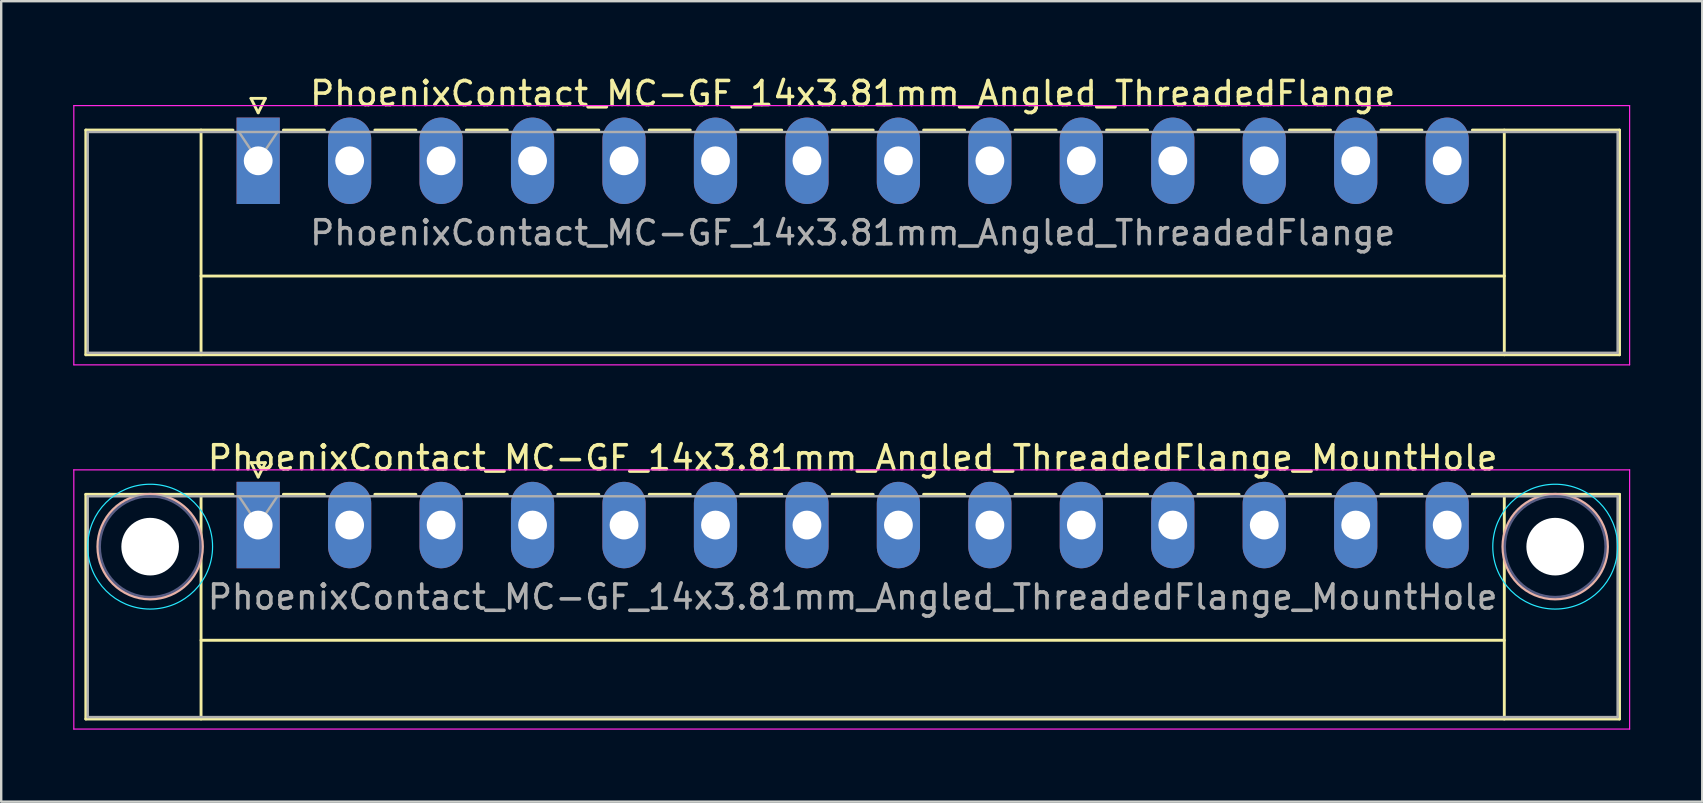
<source format=kicad_pcb>
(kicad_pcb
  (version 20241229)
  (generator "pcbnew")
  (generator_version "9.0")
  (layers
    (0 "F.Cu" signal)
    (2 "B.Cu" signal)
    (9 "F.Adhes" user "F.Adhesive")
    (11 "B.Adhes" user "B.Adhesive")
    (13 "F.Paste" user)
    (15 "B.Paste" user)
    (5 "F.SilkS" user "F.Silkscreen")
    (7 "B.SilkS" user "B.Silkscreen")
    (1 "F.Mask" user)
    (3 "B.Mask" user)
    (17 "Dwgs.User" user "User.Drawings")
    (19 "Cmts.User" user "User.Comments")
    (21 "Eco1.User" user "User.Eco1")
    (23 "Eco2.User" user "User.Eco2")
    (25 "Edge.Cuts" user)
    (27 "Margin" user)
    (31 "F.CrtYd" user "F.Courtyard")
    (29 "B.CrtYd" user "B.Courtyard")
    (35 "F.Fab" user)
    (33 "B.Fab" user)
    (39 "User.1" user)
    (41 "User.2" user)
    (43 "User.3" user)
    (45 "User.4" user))
  (footprint "PhoenixContact_MC-GF_14x3.81mm_Angled_ThreadedFlange"
    (layer "F.Cu")
    (at 7.705 3.648)
    (property "Reference" "PhoenixContact_MC-GF_14x3.81mm_Angled_ThreadedFlange" (at 24.765 -2.8 0) (layer "F.SilkS") (effects (font (size 1 1) (thickness 0.15))))
    (attr through_hole)
    (fp_line (start -7.18 -1.28) (end -7.18 8.08) (stroke (width 0.12) (type solid)) (layer "F.SilkS"))
    (fp_line (start -7.18 -1.28) (end -1.05 -1.28) (stroke (width 0.12) (type solid)) (layer "F.SilkS"))
    (fp_line (start -7.18 8.08) (end 56.71 8.08) (stroke (width 0.12) (type solid)) (layer "F.SilkS"))
    (fp_line (start -2.38 -1.28) (end -2.38 8.08) (stroke (width 0.12) (type solid)) (layer "F.SilkS"))
    (fp_line (start -2.38 4.8) (end 51.91 4.8) (stroke (width 0.12) (type solid)) (layer "F.SilkS"))
    (fp_line (start -0.3 -2.6) (end 0.3 -2.6) (stroke (width 0.12) (type solid)) (layer "F.SilkS"))
    (fp_line (start 0 -2) (end -0.3 -2.6) (stroke (width 0.12) (type solid)) (layer "F.SilkS"))
    (fp_line (start 0.3 -2.6) (end 0 -2) (stroke (width 0.12) (type solid)) (layer "F.SilkS"))
    (fp_line (start 1.05 -1.28) (end 2.76 -1.28) (stroke (width 0.12) (type solid)) (layer "F.SilkS"))
    (fp_line (start 4.86 -1.28) (end 6.57 -1.28) (stroke (width 0.12) (type solid)) (layer "F.SilkS"))
    (fp_line (start 8.67 -1.28) (end 10.38 -1.28) (stroke (width 0.12) (type solid)) (layer "F.SilkS"))
    (fp_line (start 12.48 -1.28) (end 14.19 -1.28) (stroke (width 0.12) (type solid)) (layer "F.SilkS"))
    (fp_line (start 16.29 -1.28) (end 18 -1.28) (stroke (width 0.12) (type solid)) (layer "F.SilkS"))
    (fp_line (start 20.1 -1.28) (end 21.81 -1.28) (stroke (width 0.12) (type solid)) (layer "F.SilkS"))
    (fp_line (start 23.91 -1.28) (end 25.62 -1.28) (stroke (width 0.12) (type solid)) (layer "F.SilkS"))
    (fp_line (start 27.72 -1.28) (end 29.43 -1.28) (stroke (width 0.12) (type solid)) (layer "F.SilkS"))
    (fp_line (start 31.53 -1.28) (end 33.24 -1.28) (stroke (width 0.12) (type solid)) (layer "F.SilkS"))
    (fp_line (start 35.34 -1.28) (end 37.05 -1.28) (stroke (width 0.12) (type solid)) (layer "F.SilkS"))
    (fp_line (start 39.15 -1.28) (end 40.86 -1.28) (stroke (width 0.12) (type solid)) (layer "F.SilkS"))
    (fp_line (start 42.96 -1.28) (end 44.67 -1.28) (stroke (width 0.12) (type solid)) (layer "F.SilkS"))
    (fp_line (start 46.77 -1.28) (end 48.48 -1.28) (stroke (width 0.12) (type solid)) (layer "F.SilkS"))
    (fp_line (start 51.91 -1.28) (end 51.91 8.08) (stroke (width 0.12) (type solid)) (layer "F.SilkS"))
    (fp_line (start 56.71 -1.28) (end 50.58 -1.28) (stroke (width 0.12) (type solid)) (layer "F.SilkS"))
    (fp_line (start 56.71 8.08) (end 56.71 -1.28) (stroke (width 0.12) (type solid)) (layer "F.SilkS"))
    (fp_line (start -7.68 -2.3) (end -7.68 8.5) (stroke (width 0.05) (type solid)) (layer "F.CrtYd"))
    (fp_line (start -7.68 8.5) (end 57.13 8.5) (stroke (width 0.05) (type solid)) (layer "F.CrtYd"))
    (fp_line (start 57.13 -2.3) (end -7.68 -2.3) (stroke (width 0.05) (type solid)) (layer "F.CrtYd"))
    (fp_line (start 57.13 8.5) (end 57.13 -2.3) (stroke (width 0.05) (type solid)) (layer "F.CrtYd"))
    (fp_line (start -7.1 -1.2) (end -7.1 8) (stroke (width 0.1) (type solid)) (layer "F.Fab"))
    (fp_line (start -7.1 8) (end 56.63 8) (stroke (width 0.1) (type solid)) (layer "F.Fab"))
    (fp_line (start 0 0) (end -0.8 -1.2) (stroke (width 0.1) (type solid)) (layer "F.Fab"))
    (fp_line (start 0.8 -1.2) (end 0 0) (stroke (width 0.1) (type solid)) (layer "F.Fab"))
    (fp_line (start 56.63 -1.2) (end -7.1 -1.2) (stroke (width 0.1) (type solid)) (layer "F.Fab"))
    (fp_line (start 56.63 8) (end 56.63 -1.2) (stroke (width 0.1) (type solid)) (layer "F.Fab"))
    (fp_text user "${REFERENCE}" (at 24.765 3 0) (layer "F.Fab") (effects (font (size 1 1) (thickness 0.15))))
    (pad "1" thru_hole rect (at 0 0) (size 1.8 3.6) (drill 1.2) (layers "*.Cu" "*.Mask"))
    (pad "2" thru_hole oval (at 3.81 0) (size 1.8 3.6) (drill 1.2) (layers "*.Cu" "*.Mask"))
    (pad "3" thru_hole oval (at 7.62 0) (size 1.8 3.6) (drill 1.2) (layers "*.Cu" "*.Mask"))
    (pad "4" thru_hole oval (at 11.43 0) (size 1.8 3.6) (drill 1.2) (layers "*.Cu" "*.Mask"))
    (pad "5" thru_hole oval (at 15.24 0) (size 1.8 3.6) (drill 1.2) (layers "*.Cu" "*.Mask"))
    (pad "6" thru_hole oval (at 19.05 0) (size 1.8 3.6) (drill 1.2) (layers "*.Cu" "*.Mask"))
    (pad "7" thru_hole oval (at 22.86 0) (size 1.8 3.6) (drill 1.2) (layers "*.Cu" "*.Mask"))
    (pad "8" thru_hole oval (at 26.67 0) (size 1.8 3.6) (drill 1.2) (layers "*.Cu" "*.Mask"))
    (pad "9" thru_hole oval (at 30.48 0) (size 1.8 3.6) (drill 1.2) (layers "*.Cu" "*.Mask"))
    (pad "10" thru_hole oval (at 34.29 0) (size 1.8 3.6) (drill 1.2) (layers "*.Cu" "*.Mask"))
    (pad "11" thru_hole oval (at 38.1 0) (size 1.8 3.6) (drill 1.2) (layers "*.Cu" "*.Mask"))
    (pad "12" thru_hole oval (at 41.91 0) (size 1.8 3.6) (drill 1.2) (layers "*.Cu" "*.Mask"))
    (pad "13" thru_hole oval (at 45.72 0) (size 1.8 3.6) (drill 1.2) (layers "*.Cu" "*.Mask"))
    (pad "14" thru_hole oval (at 49.53 0) (size 1.8 3.6) (drill 1.2) (layers "*.Cu" "*.Mask")))
  (footprint "PhoenixContact_MC-GF_14x3.81mm_Angled_ThreadedFlange_MountHole"
    (layer "F.Cu")
    (at 7.705 18.822)
    (property "Reference" "PhoenixContact_MC-GF_14x3.81mm_Angled_ThreadedFlange_MountHole" (at 24.765 -2.8 0) (layer "F.SilkS") (effects (font (size 1 1) (thickness 0.15))))
    (attr through_hole)
    (fp_line (start -7.18 -1.28) (end -7.18 8.08) (stroke (width 0.12) (type solid)) (layer "F.SilkS"))
    (fp_line (start -7.18 -1.28) (end -1.05 -1.28) (stroke (width 0.12) (type solid)) (layer "F.SilkS"))
    (fp_line (start -7.18 8.08) (end 56.71 8.08) (stroke (width 0.12) (type solid)) (layer "F.SilkS"))
    (fp_line (start -2.38 -1.28) (end -2.38 8.08) (stroke (width 0.12) (type solid)) (layer "F.SilkS"))
    (fp_line (start -2.38 4.8) (end 51.91 4.8) (stroke (width 0.12) (type solid)) (layer "F.SilkS"))
    (fp_line (start -0.3 -2.6) (end 0.3 -2.6) (stroke (width 0.12) (type solid)) (layer "F.SilkS"))
    (fp_line (start 0 -2) (end -0.3 -2.6) (stroke (width 0.12) (type solid)) (layer "F.SilkS"))
    (fp_line (start 0.3 -2.6) (end 0 -2) (stroke (width 0.12) (type solid)) (layer "F.SilkS"))
    (fp_line (start 1.05 -1.28) (end 2.76 -1.28) (stroke (width 0.12) (type solid)) (layer "F.SilkS"))
    (fp_line (start 4.86 -1.28) (end 6.57 -1.28) (stroke (width 0.12) (type solid)) (layer "F.SilkS"))
    (fp_line (start 8.67 -1.28) (end 10.38 -1.28) (stroke (width 0.12) (type solid)) (layer "F.SilkS"))
    (fp_line (start 12.48 -1.28) (end 14.19 -1.28) (stroke (width 0.12) (type solid)) (layer "F.SilkS"))
    (fp_line (start 16.29 -1.28) (end 18 -1.28) (stroke (width 0.12) (type solid)) (layer "F.SilkS"))
    (fp_line (start 20.1 -1.28) (end 21.81 -1.28) (stroke (width 0.12) (type solid)) (layer "F.SilkS"))
    (fp_line (start 23.91 -1.28) (end 25.62 -1.28) (stroke (width 0.12) (type solid)) (layer "F.SilkS"))
    (fp_line (start 27.72 -1.28) (end 29.43 -1.28) (stroke (width 0.12) (type solid)) (layer "F.SilkS"))
    (fp_line (start 31.53 -1.28) (end 33.24 -1.28) (stroke (width 0.12) (type solid)) (layer "F.SilkS"))
    (fp_line (start 35.34 -1.28) (end 37.05 -1.28) (stroke (width 0.12) (type solid)) (layer "F.SilkS"))
    (fp_line (start 39.15 -1.28) (end 40.86 -1.28) (stroke (width 0.12) (type solid)) (layer "F.SilkS"))
    (fp_line (start 42.96 -1.28) (end 44.67 -1.28) (stroke (width 0.12) (type solid)) (layer "F.SilkS"))
    (fp_line (start 46.77 -1.28) (end 48.48 -1.28) (stroke (width 0.12) (type solid)) (layer "F.SilkS"))
    (fp_line (start 51.91 -1.28) (end 51.91 8.08) (stroke (width 0.12) (type solid)) (layer "F.SilkS"))
    (fp_line (start 56.71 -1.28) (end 50.58 -1.28) (stroke (width 0.12) (type solid)) (layer "F.SilkS"))
    (fp_line (start 56.71 8.08) (end 56.71 -1.28) (stroke (width 0.12) (type solid)) (layer "F.SilkS"))
    (fp_circle (center -4.5 0.9) (end -2.32 0.9) (stroke (width 0.12) (type solid)) (fill no) (layer "B.SilkS"))
    (fp_circle (center 54.03 0.9) (end 56.21 0.9) (stroke (width 0.12) (type solid)) (fill no) (layer "B.SilkS"))
    (fp_circle (center -4.5 0.9) (end -1.9 0.9) (stroke (width 0.05) (type solid)) (fill no) (layer "B.CrtYd"))
    (fp_circle (center 54.03 0.9) (end 56.63 0.9) (stroke (width 0.05) (type solid)) (fill no) (layer "B.CrtYd"))
    (fp_line (start -7.68 -2.3) (end -7.68 8.5) (stroke (width 0.05) (type solid)) (layer "F.CrtYd"))
    (fp_line (start -7.68 8.5) (end 57.13 8.5) (stroke (width 0.05) (type solid)) (layer "F.CrtYd"))
    (fp_line (start 57.13 -2.3) (end -7.68 -2.3) (stroke (width 0.05) (type solid)) (layer "F.CrtYd"))
    (fp_line (start 57.13 8.5) (end 57.13 -2.3) (stroke (width 0.05) (type solid)) (layer "F.CrtYd"))
    (fp_circle (center -4.5 0.9) (end -2.4 0.9) (stroke (width 0.1) (type solid)) (fill no) (layer "B.Fab"))
    (fp_circle (center 54.03 0.9) (end 56.13 0.9) (stroke (width 0.1) (type solid)) (fill no) (layer "B.Fab"))
    (fp_line (start -7.1 -1.2) (end -7.1 8) (stroke (width 0.1) (type solid)) (layer "F.Fab"))
    (fp_line (start -7.1 8) (end 56.63 8) (stroke (width 0.1) (type solid)) (layer "F.Fab"))
    (fp_line (start 0 0) (end -0.8 -1.2) (stroke (width 0.1) (type solid)) (layer "F.Fab"))
    (fp_line (start 0.8 -1.2) (end 0 0) (stroke (width 0.1) (type solid)) (layer "F.Fab"))
    (fp_line (start 56.63 -1.2) (end -7.1 -1.2) (stroke (width 0.1) (type solid)) (layer "F.Fab"))
    (fp_line (start 56.63 8) (end 56.63 -1.2) (stroke (width 0.1) (type solid)) (layer "F.Fab"))
    (fp_text user "${REFERENCE}" (at 24.765 3 0) (layer "F.Fab") (effects (font (size 1 1) (thickness 0.15))))
    (pad "" np_thru_hole circle (at -4.5 0.9) (size 2.4 2.4) (drill 2.4) (layers "*.Cu" "*.Mask"))
    (pad "" np_thru_hole circle (at 54.03 0.9) (size 2.4 2.4) (drill 2.4) (layers "*.Cu" "*.Mask"))
    (pad "1" thru_hole rect (at 0 0) (size 1.8 3.6) (drill 1.2) (layers "*.Cu" "*.Mask"))
    (pad "2" thru_hole oval (at 3.81 0) (size 1.8 3.6) (drill 1.2) (layers "*.Cu" "*.Mask"))
    (pad "3" thru_hole oval (at 7.62 0) (size 1.8 3.6) (drill 1.2) (layers "*.Cu" "*.Mask"))
    (pad "4" thru_hole oval (at 11.43 0) (size 1.8 3.6) (drill 1.2) (layers "*.Cu" "*.Mask"))
    (pad "5" thru_hole oval (at 15.24 0) (size 1.8 3.6) (drill 1.2) (layers "*.Cu" "*.Mask"))
    (pad "6" thru_hole oval (at 19.05 0) (size 1.8 3.6) (drill 1.2) (layers "*.Cu" "*.Mask"))
    (pad "7" thru_hole oval (at 22.86 0) (size 1.8 3.6) (drill 1.2) (layers "*.Cu" "*.Mask"))
    (pad "8" thru_hole oval (at 26.67 0) (size 1.8 3.6) (drill 1.2) (layers "*.Cu" "*.Mask"))
    (pad "9" thru_hole oval (at 30.48 0) (size 1.8 3.6) (drill 1.2) (layers "*.Cu" "*.Mask"))
    (pad "10" thru_hole oval (at 34.29 0) (size 1.8 3.6) (drill 1.2) (layers "*.Cu" "*.Mask"))
    (pad "11" thru_hole oval (at 38.1 0) (size 1.8 3.6) (drill 1.2) (layers "*.Cu" "*.Mask"))
    (pad "12" thru_hole oval (at 41.91 0) (size 1.8 3.6) (drill 1.2) (layers "*.Cu" "*.Mask"))
    (pad "13" thru_hole oval (at 45.72 0) (size 1.8 3.6) (drill 1.2) (layers "*.Cu" "*.Mask"))
    (pad "14" thru_hole oval (at 49.53 0) (size 1.8 3.6) (drill 1.2) (layers "*.Cu" "*.Mask")))
  (gr_rect
    (start -3 -3)
    (end 67.86 30.346)
    (stroke (width 0.1) (type default))
    (fill no)
    (layer "Edge.Cuts")))
</source>
